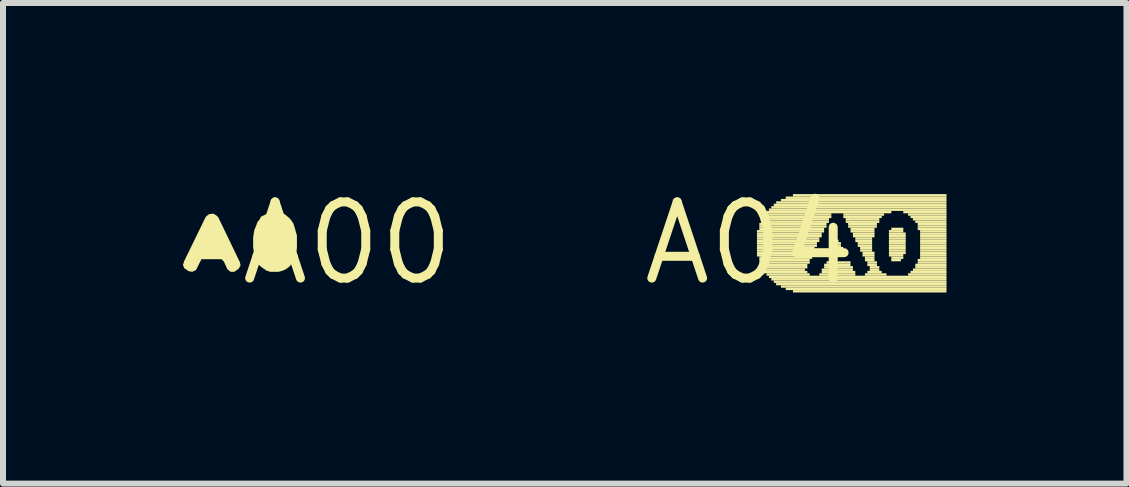
<source format=kicad_pcb>
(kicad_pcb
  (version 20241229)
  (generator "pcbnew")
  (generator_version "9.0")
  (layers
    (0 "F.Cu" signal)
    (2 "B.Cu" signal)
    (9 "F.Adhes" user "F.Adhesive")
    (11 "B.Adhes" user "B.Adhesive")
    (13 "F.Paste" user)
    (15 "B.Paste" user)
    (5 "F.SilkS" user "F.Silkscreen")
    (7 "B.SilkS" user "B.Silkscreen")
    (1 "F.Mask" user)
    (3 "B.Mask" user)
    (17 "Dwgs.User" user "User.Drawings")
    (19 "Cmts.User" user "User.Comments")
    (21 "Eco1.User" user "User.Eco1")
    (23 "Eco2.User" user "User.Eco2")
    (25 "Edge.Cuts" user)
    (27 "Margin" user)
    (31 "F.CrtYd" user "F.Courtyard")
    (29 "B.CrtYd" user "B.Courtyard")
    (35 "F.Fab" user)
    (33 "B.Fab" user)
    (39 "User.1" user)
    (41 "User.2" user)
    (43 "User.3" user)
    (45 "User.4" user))
  (footprint "A04"
    (layer "F.Cu")
    (at 9.449 1.006)
    (property "Reference" "A04" (at 0 0 0) (layer "F.SilkS") (effects (font (size 1.27 1.27) (thickness 0.15))))
    (fp_poly (pts (xy 0.12 -0.18) (xy 1.24 -0.18) (xy 1.24 -0.22) (xy 0.12 -0.22)) (stroke (width 0) (type default)) (fill yes) (layer "F.SilkS"))
    (fp_poly (pts (xy 0.12 -0.14) (xy 1.2 -0.14) (xy 1.2 -0.18) (xy 0.12 -0.18)) (stroke (width 0) (type default)) (fill yes) (layer "F.SilkS"))
    (fp_poly (pts (xy 0.12 -0.1) (xy 1.2 -0.1) (xy 1.2 -0.14) (xy 0.12 -0.14)) (stroke (width 0) (type default)) (fill yes) (layer "F.SilkS"))
    (fp_poly (pts (xy 0.12 -0.06) (xy 1.16 -0.06) (xy 1.16 -0.1) (xy 0.12 -0.1)) (stroke (width 0) (type default)) (fill yes) (layer "F.SilkS"))
    (fp_poly (pts (xy 0.12 -0.02) (xy 1.16 -0.02) (xy 1.16 -0.06) (xy 0.12 -0.06)) (stroke (width 0) (type default)) (fill yes) (layer "F.SilkS"))
    (fp_poly (pts (xy 0.12 0.02) (xy 1.12 0.02) (xy 1.12 -0.02) (xy 0.12 -0.02)) (stroke (width 0) (type default)) (fill yes) (layer "F.SilkS"))
    (fp_poly (pts (xy 0.12 0.06) (xy 1.12 0.06) (xy 1.12 0.02) (xy 0.12 0.02)) (stroke (width 0) (type default)) (fill yes) (layer "F.SilkS"))
    (fp_poly (pts (xy 0.12 0.1) (xy 1.08 0.1) (xy 1.08 0.06) (xy 0.12 0.06)) (stroke (width 0) (type default)) (fill yes) (layer "F.SilkS"))
    (fp_poly (pts (xy 0.12 0.14) (xy 1.08 0.14) (xy 1.08 0.1) (xy 0.12 0.1)) (stroke (width 0) (type default)) (fill yes) (layer "F.SilkS"))
    (fp_poly (pts (xy 0.12 0.18) (xy 1.08 0.18) (xy 1.08 0.14) (xy 0.12 0.14)) (stroke (width 0) (type default)) (fill yes) (layer "F.SilkS"))
    (fp_poly (pts (xy 0.12 0.22) (xy 1.04 0.22) (xy 1.04 0.18) (xy 0.12 0.18)) (stroke (width 0) (type default)) (fill yes) (layer "F.SilkS"))
    (fp_poly (pts (xy 0.16 -0.3) (xy 1.28 -0.3) (xy 1.28 -0.34) (xy 0.16 -0.34)) (stroke (width 0) (type default)) (fill yes) (layer "F.SilkS"))
    (fp_poly (pts (xy 0.16 -0.26) (xy 1.28 -0.26) (xy 1.28 -0.3) (xy 0.16 -0.3)) (stroke (width 0) (type default)) (fill yes) (layer "F.SilkS"))
    (fp_poly (pts (xy 0.16 -0.22) (xy 1.24 -0.22) (xy 1.24 -0.26) (xy 0.16 -0.26)) (stroke (width 0) (type default)) (fill yes) (layer "F.SilkS"))
    (fp_poly (pts (xy 0.16 0.26) (xy 1.04 0.26) (xy 1.04 0.22) (xy 0.16 0.22)) (stroke (width 0) (type default)) (fill yes) (layer "F.SilkS"))
    (fp_poly (pts (xy 0.16 0.3) (xy 1 0.3) (xy 1 0.26) (xy 0.16 0.26)) (stroke (width 0) (type default)) (fill yes) (layer "F.SilkS"))
    (fp_poly (pts (xy 0.16 0.34) (xy 1 0.34) (xy 1 0.3) (xy 0.16 0.3)) (stroke (width 0) (type default)) (fill yes) (layer "F.SilkS"))
    (fp_poly (pts (xy 0.2 -0.38) (xy 1.32 -0.38) (xy 1.32 -0.42) (xy 0.2 -0.42)) (stroke (width 0) (type default)) (fill yes) (layer "F.SilkS"))
    (fp_poly (pts (xy 0.2 -0.34) (xy 1.32 -0.34) (xy 1.32 -0.38) (xy 0.2 -0.38)) (stroke (width 0) (type default)) (fill yes) (layer "F.SilkS"))
    (fp_poly (pts (xy 0.2 0.38) (xy 0.96 0.38) (xy 0.96 0.34) (xy 0.2 0.34)) (stroke (width 0) (type default)) (fill yes) (layer "F.SilkS"))
    (fp_poly (pts (xy 0.2 0.42) (xy 0.96 0.42) (xy 0.96 0.38) (xy 0.2 0.38)) (stroke (width 0) (type default)) (fill yes) (layer "F.SilkS"))
    (fp_poly (pts (xy 0.24 -0.46) (xy 1.36 -0.46) (xy 1.36 -0.5) (xy 0.24 -0.5)) (stroke (width 0) (type default)) (fill yes) (layer "F.SilkS"))
    (fp_poly (pts (xy 0.24 -0.42) (xy 1.36 -0.42) (xy 1.36 -0.46) (xy 0.24 -0.46)) (stroke (width 0) (type default)) (fill yes) (layer "F.SilkS"))
    (fp_poly (pts (xy 0.24 0.46) (xy 0.92 0.46) (xy 0.92 0.42) (xy 0.24 0.42)) (stroke (width 0) (type default)) (fill yes) (layer "F.SilkS"))
    (fp_poly (pts (xy 0.24 0.5) (xy 0.96 0.5) (xy 0.96 0.46) (xy 0.24 0.46)) (stroke (width 0) (type default)) (fill yes) (layer "F.SilkS"))
    (fp_poly (pts (xy 0.28 -0.5) (xy 2.36 -0.5) (xy 2.36 -0.54) (xy 0.28 -0.54)) (stroke (width 0) (type default)) (fill yes) (layer "F.SilkS"))
    (fp_poly (pts (xy 0.28 0.54) (xy 1 0.54) (xy 1 0.5) (xy 0.28 0.5)) (stroke (width 0) (type default)) (fill yes) (layer "F.SilkS"))
    (fp_poly (pts (xy 0.32 -0.54) (xy 3.28 -0.54) (xy 3.28 -0.58) (xy 0.32 -0.58)) (stroke (width 0) (type default)) (fill yes) (layer "F.SilkS"))
    (fp_poly (pts (xy 0.32 0.58) (xy 3.28 0.58) (xy 3.28 0.54) (xy 0.32 0.54)) (stroke (width 0) (type default)) (fill yes) (layer "F.SilkS"))
    (fp_poly (pts (xy 0.36 -0.58) (xy 3.28 -0.58) (xy 3.28 -0.62) (xy 0.36 -0.62)) (stroke (width 0) (type default)) (fill yes) (layer "F.SilkS"))
    (fp_poly (pts (xy 0.36 0.62) (xy 3.28 0.62) (xy 3.28 0.58) (xy 0.36 0.58)) (stroke (width 0) (type default)) (fill yes) (layer "F.SilkS"))
    (fp_poly (pts (xy 0.4 -0.62) (xy 3.28 -0.62) (xy 3.28 -0.66) (xy 0.4 -0.66)) (stroke (width 0) (type default)) (fill yes) (layer "F.SilkS"))
    (fp_poly (pts (xy 0.4 0.66) (xy 3.28 0.66) (xy 3.28 0.62) (xy 0.4 0.62)) (stroke (width 0) (type default)) (fill yes) (layer "F.SilkS"))
    (fp_poly (pts (xy 0.44 -0.66) (xy 3.28 -0.66) (xy 3.28 -0.7) (xy 0.44 -0.7)) (stroke (width 0) (type default)) (fill yes) (layer "F.SilkS"))
    (fp_poly (pts (xy 0.44 0.7) (xy 3.28 0.7) (xy 3.28 0.66) (xy 0.44 0.66)) (stroke (width 0) (type default)) (fill yes) (layer "F.SilkS"))
    (fp_poly (pts (xy 0.52 -0.7) (xy 3.28 -0.7) (xy 3.28 -0.74) (xy 0.52 -0.74)) (stroke (width 0) (type default)) (fill yes) (layer "F.SilkS"))
    (fp_poly (pts (xy 0.52 0.74) (xy 3.28 0.74) (xy 3.28 0.7) (xy 0.52 0.7)) (stroke (width 0) (type default)) (fill yes) (layer "F.SilkS"))
    (fp_poly (pts (xy 0.6 -0.74) (xy 3.28 -0.74) (xy 3.28 -0.78) (xy 0.6 -0.78)) (stroke (width 0) (type default)) (fill yes) (layer "F.SilkS"))
    (fp_poly (pts (xy 0.6 0.78) (xy 3.28 0.78) (xy 3.28 0.74) (xy 0.6 0.74)) (stroke (width 0) (type default)) (fill yes) (layer "F.SilkS"))
    (fp_poly (pts (xy 0.72 -0.78) (xy 3.28 -0.78) (xy 3.28 -0.82) (xy 0.72 -0.82)) (stroke (width 0) (type default)) (fill yes) (layer "F.SilkS"))
    (fp_poly (pts (xy 0.72 0.82) (xy 3.28 0.82) (xy 3.28 0.78) (xy 0.72 0.78)) (stroke (width 0) (type default)) (fill yes) (layer "F.SilkS"))
    (fp_poly (pts (xy 1.16 0.54) (xy 1.76 0.54) (xy 1.76 0.5) (xy 1.16 0.5)) (stroke (width 0) (type default)) (fill yes) (layer "F.SilkS"))
    (fp_poly (pts (xy 1.2 0.46) (xy 1.72 0.46) (xy 1.72 0.42) (xy 1.2 0.42)) (stroke (width 0) (type default)) (fill yes) (layer "F.SilkS"))
    (fp_poly (pts (xy 1.2 0.5) (xy 1.76 0.5) (xy 1.76 0.46) (xy 1.2 0.46)) (stroke (width 0) (type default)) (fill yes) (layer "F.SilkS"))
    (fp_poly (pts (xy 1.24 0.38) (xy 1.68 0.38) (xy 1.68 0.34) (xy 1.24 0.34)) (stroke (width 0) (type default)) (fill yes) (layer "F.SilkS"))
    (fp_poly (pts (xy 1.24 0.42) (xy 1.72 0.42) (xy 1.72 0.38) (xy 1.24 0.38)) (stroke (width 0) (type default)) (fill yes) (layer "F.SilkS"))
    (fp_poly (pts (xy 1.28 0.34) (xy 1.68 0.34) (xy 1.68 0.3) (xy 1.28 0.3)) (stroke (width 0) (type default)) (fill yes) (layer "F.SilkS"))
    (fp_poly (pts (xy 1.36 0.1) (xy 1.56 0.1) (xy 1.56 0.06) (xy 1.36 0.06)) (stroke (width 0) (type default)) (fill yes) (layer "F.SilkS"))
    (fp_poly (pts (xy 1.4 0.02) (xy 1.52 0.02) (xy 1.52 -0.02) (xy 1.4 -0.02)) (stroke (width 0) (type default)) (fill yes) (layer "F.SilkS"))
    (fp_poly (pts (xy 1.4 0.06) (xy 1.52 0.06) (xy 1.52 0.02) (xy 1.4 0.02)) (stroke (width 0) (type default)) (fill yes) (layer "F.SilkS"))
    (fp_poly (pts (xy 1.44 -0.02) (xy 1.48 -0.02) (xy 1.48 -0.06) (xy 1.44 -0.06)) (stroke (width 0) (type default)) (fill yes) (layer "F.SilkS"))
    (fp_poly (pts (xy 1.56 -0.46) (xy 2.24 -0.46) (xy 2.24 -0.5) (xy 1.56 -0.5)) (stroke (width 0) (type default)) (fill yes) (layer "F.SilkS"))
    (fp_poly (pts (xy 1.56 -0.42) (xy 2.2 -0.42) (xy 2.2 -0.46) (xy 1.56 -0.46)) (stroke (width 0) (type default)) (fill yes) (layer "F.SilkS"))
    (fp_poly (pts (xy 1.6 -0.38) (xy 2.16 -0.38) (xy 2.16 -0.42) (xy 1.6 -0.42)) (stroke (width 0) (type default)) (fill yes) (layer "F.SilkS"))
    (fp_poly (pts (xy 1.6 -0.34) (xy 2.16 -0.34) (xy 2.16 -0.38) (xy 1.6 -0.38)) (stroke (width 0) (type default)) (fill yes) (layer "F.SilkS"))
    (fp_poly (pts (xy 1.64 -0.3) (xy 2.12 -0.3) (xy 2.12 -0.34) (xy 1.64 -0.34)) (stroke (width 0) (type default)) (fill yes) (layer "F.SilkS"))
    (fp_poly (pts (xy 1.64 -0.26) (xy 2.12 -0.26) (xy 2.12 -0.3) (xy 1.64 -0.3)) (stroke (width 0) (type default)) (fill yes) (layer "F.SilkS"))
    (fp_poly (pts (xy 1.68 -0.22) (xy 2.08 -0.22) (xy 2.08 -0.26) (xy 1.68 -0.26)) (stroke (width 0) (type default)) (fill yes) (layer "F.SilkS"))
    (fp_poly (pts (xy 1.68 -0.18) (xy 2.08 -0.18) (xy 2.08 -0.22) (xy 1.68 -0.22)) (stroke (width 0) (type default)) (fill yes) (layer "F.SilkS"))
    (fp_poly (pts (xy 1.72 -0.14) (xy 2.08 -0.14) (xy 2.08 -0.18) (xy 1.72 -0.18)) (stroke (width 0) (type default)) (fill yes) (layer "F.SilkS"))
    (fp_poly (pts (xy 1.72 -0.1) (xy 2.08 -0.1) (xy 2.08 -0.14) (xy 1.72 -0.14)) (stroke (width 0) (type default)) (fill yes) (layer "F.SilkS"))
    (fp_poly (pts (xy 1.76 -0.06) (xy 2.04 -0.06) (xy 2.04 -0.1) (xy 1.76 -0.1)) (stroke (width 0) (type default)) (fill yes) (layer "F.SilkS"))
    (fp_poly (pts (xy 1.76 -0.02) (xy 2.04 -0.02) (xy 2.04 -0.06) (xy 1.76 -0.06)) (stroke (width 0) (type default)) (fill yes) (layer "F.SilkS"))
    (fp_poly (pts (xy 1.8 0.02) (xy 2.04 0.02) (xy 2.04 -0.02) (xy 1.8 -0.02)) (stroke (width 0) (type default)) (fill yes) (layer "F.SilkS"))
    (fp_poly (pts (xy 1.8 0.06) (xy 2.04 0.06) (xy 2.04 0.02) (xy 1.8 0.02)) (stroke (width 0) (type default)) (fill yes) (layer "F.SilkS"))
    (fp_poly (pts (xy 1.84 0.1) (xy 2.04 0.1) (xy 2.04 0.06) (xy 1.84 0.06)) (stroke (width 0) (type default)) (fill yes) (layer "F.SilkS"))
    (fp_poly (pts (xy 1.84 0.14) (xy 2.04 0.14) (xy 2.04 0.1) (xy 1.84 0.1)) (stroke (width 0) (type default)) (fill yes) (layer "F.SilkS"))
    (fp_poly (pts (xy 1.88 0.18) (xy 2.08 0.18) (xy 2.08 0.14) (xy 1.88 0.14)) (stroke (width 0) (type default)) (fill yes) (layer "F.SilkS"))
    (fp_poly (pts (xy 1.88 0.22) (xy 2.08 0.22) (xy 2.08 0.18) (xy 1.88 0.18)) (stroke (width 0) (type default)) (fill yes) (layer "F.SilkS"))
    (fp_poly (pts (xy 1.92 0.26) (xy 2.08 0.26) (xy 2.08 0.22) (xy 1.92 0.22)) (stroke (width 0) (type default)) (fill yes) (layer "F.SilkS"))
    (fp_poly (pts (xy 1.92 0.3) (xy 2.08 0.3) (xy 2.08 0.26) (xy 1.92 0.26)) (stroke (width 0) (type default)) (fill yes) (layer "F.SilkS"))
    (fp_poly (pts (xy 1.92 0.54) (xy 2.28 0.54) (xy 2.28 0.5) (xy 1.92 0.5)) (stroke (width 0) (type default)) (fill yes) (layer "F.SilkS"))
    (fp_poly (pts (xy 1.96 0.34) (xy 2.12 0.34) (xy 2.12 0.3) (xy 1.96 0.3)) (stroke (width 0) (type default)) (fill yes) (layer "F.SilkS"))
    (fp_poly (pts (xy 1.96 0.38) (xy 2.12 0.38) (xy 2.12 0.34) (xy 1.96 0.34)) (stroke (width 0) (type default)) (fill yes) (layer "F.SilkS"))
    (fp_poly (pts (xy 1.96 0.5) (xy 2.2 0.5) (xy 2.2 0.46) (xy 1.96 0.46)) (stroke (width 0) (type default)) (fill yes) (layer "F.SilkS"))
    (fp_poly (pts (xy 2 0.42) (xy 2.16 0.42) (xy 2.16 0.38) (xy 2 0.38)) (stroke (width 0) (type default)) (fill yes) (layer "F.SilkS"))
    (fp_poly (pts (xy 2 0.46) (xy 2.16 0.46) (xy 2.16 0.42) (xy 2 0.42)) (stroke (width 0) (type default)) (fill yes) (layer "F.SilkS"))
    (fp_poly (pts (xy 2.32 -0.18) (xy 2.56 -0.18) (xy 2.56 -0.22) (xy 2.32 -0.22)) (stroke (width 0) (type default)) (fill yes) (layer "F.SilkS"))
    (fp_poly (pts (xy 2.32 -0.14) (xy 2.6 -0.14) (xy 2.6 -0.18) (xy 2.32 -0.18)) (stroke (width 0) (type default)) (fill yes) (layer "F.SilkS"))
    (fp_poly (pts (xy 2.32 -0.1) (xy 2.6 -0.1) (xy 2.6 -0.14) (xy 2.32 -0.14)) (stroke (width 0) (type default)) (fill yes) (layer "F.SilkS"))
    (fp_poly (pts (xy 2.32 -0.06) (xy 2.6 -0.06) (xy 2.6 -0.1) (xy 2.32 -0.1)) (stroke (width 0) (type default)) (fill yes) (layer "F.SilkS"))
    (fp_poly (pts (xy 2.32 -0.02) (xy 2.6 -0.02) (xy 2.6 -0.06) (xy 2.32 -0.06)) (stroke (width 0) (type default)) (fill yes) (layer "F.SilkS"))
    (fp_poly (pts (xy 2.32 0.02) (xy 2.6 0.02) (xy 2.6 -0.02) (xy 2.32 -0.02)) (stroke (width 0) (type default)) (fill yes) (layer "F.SilkS"))
    (fp_poly (pts (xy 2.32 0.06) (xy 2.6 0.06) (xy 2.6 0.02) (xy 2.32 0.02)) (stroke (width 0) (type default)) (fill yes) (layer "F.SilkS"))
    (fp_poly (pts (xy 2.32 0.1) (xy 2.6 0.1) (xy 2.6 0.06) (xy 2.32 0.06)) (stroke (width 0) (type default)) (fill yes) (layer "F.SilkS"))
    (fp_poly (pts (xy 2.32 0.14) (xy 2.6 0.14) (xy 2.6 0.1) (xy 2.32 0.1)) (stroke (width 0) (type default)) (fill yes) (layer "F.SilkS"))
    (fp_poly (pts (xy 2.32 0.18) (xy 2.6 0.18) (xy 2.6 0.14) (xy 2.32 0.14)) (stroke (width 0) (type default)) (fill yes) (layer "F.SilkS"))
    (fp_poly (pts (xy 2.32 0.22) (xy 2.56 0.22) (xy 2.56 0.18) (xy 2.32 0.18)) (stroke (width 0) (type default)) (fill yes) (layer "F.SilkS"))
    (fp_poly (pts (xy 2.36 -0.22) (xy 2.56 -0.22) (xy 2.56 -0.26) (xy 2.36 -0.26)) (stroke (width 0) (type default)) (fill yes) (layer "F.SilkS"))
    (fp_poly (pts (xy 2.36 0.26) (xy 2.56 0.26) (xy 2.56 0.22) (xy 2.36 0.22)) (stroke (width 0) (type default)) (fill yes) (layer "F.SilkS"))
    (fp_poly (pts (xy 2.36 0.3) (xy 2.52 0.3) (xy 2.52 0.26) (xy 2.36 0.26)) (stroke (width 0) (type default)) (fill yes) (layer "F.SilkS"))
    (fp_poly (pts (xy 2.56 -0.5) (xy 3.28 -0.5) (xy 3.28 -0.54) (xy 2.56 -0.54)) (stroke (width 0) (type default)) (fill yes) (layer "F.SilkS"))
    (fp_poly (pts (xy 2.64 -0.46) (xy 3.28 -0.46) (xy 3.28 -0.5) (xy 2.64 -0.5)) (stroke (width 0) (type default)) (fill yes) (layer "F.SilkS"))
    (fp_poly (pts (xy 2.64 0.54) (xy 3.28 0.54) (xy 3.28 0.5) (xy 2.64 0.5)) (stroke (width 0) (type default)) (fill yes) (layer "F.SilkS"))
    (fp_poly (pts (xy 2.68 -0.42) (xy 3.28 -0.42) (xy 3.28 -0.46) (xy 2.68 -0.46)) (stroke (width 0) (type default)) (fill yes) (layer "F.SilkS"))
    (fp_poly (pts (xy 2.68 0.5) (xy 3.28 0.5) (xy 3.28 0.46) (xy 2.68 0.46)) (stroke (width 0) (type default)) (fill yes) (layer "F.SilkS"))
    (fp_poly (pts (xy 2.72 -0.38) (xy 3.28 -0.38) (xy 3.28 -0.42) (xy 2.72 -0.42)) (stroke (width 0) (type default)) (fill yes) (layer "F.SilkS"))
    (fp_poly (pts (xy 2.72 0.46) (xy 3.28 0.46) (xy 3.28 0.42) (xy 2.72 0.42)) (stroke (width 0) (type default)) (fill yes) (layer "F.SilkS"))
    (fp_poly (pts (xy 2.76 -0.34) (xy 3.28 -0.34) (xy 3.28 -0.38) (xy 2.76 -0.38)) (stroke (width 0) (type default)) (fill yes) (layer "F.SilkS"))
    (fp_poly (pts (xy 2.76 0.38) (xy 3.28 0.38) (xy 3.28 0.34) (xy 2.76 0.34)) (stroke (width 0) (type default)) (fill yes) (layer "F.SilkS"))
    (fp_poly (pts (xy 2.76 0.42) (xy 3.28 0.42) (xy 3.28 0.38) (xy 2.76 0.38)) (stroke (width 0) (type default)) (fill yes) (layer "F.SilkS"))
    (fp_poly (pts (xy 2.8 -0.3) (xy 3.28 -0.3) (xy 3.28 -0.34) (xy 2.8 -0.34)) (stroke (width 0) (type default)) (fill yes) (layer "F.SilkS"))
    (fp_poly (pts (xy 2.8 -0.26) (xy 3.28 -0.26) (xy 3.28 -0.3) (xy 2.8 -0.3)) (stroke (width 0) (type default)) (fill yes) (layer "F.SilkS"))
    (fp_poly (pts (xy 2.8 -0.22) (xy 3.28 -0.22) (xy 3.28 -0.26) (xy 2.8 -0.26)) (stroke (width 0) (type default)) (fill yes) (layer "F.SilkS"))
    (fp_poly (pts (xy 2.8 0.3) (xy 3.28 0.3) (xy 3.28 0.26) (xy 2.8 0.26)) (stroke (width 0) (type default)) (fill yes) (layer "F.SilkS"))
    (fp_poly (pts (xy 2.8 0.34) (xy 3.28 0.34) (xy 3.28 0.3) (xy 2.8 0.3)) (stroke (width 0) (type default)) (fill yes) (layer "F.SilkS"))
    (fp_poly (pts (xy 2.84 -0.18) (xy 3.28 -0.18) (xy 3.28 -0.22) (xy 2.84 -0.22)) (stroke (width 0) (type default)) (fill yes) (layer "F.SilkS"))
    (fp_poly (pts (xy 2.84 -0.14) (xy 3.28 -0.14) (xy 3.28 -0.18) (xy 2.84 -0.18)) (stroke (width 0) (type default)) (fill yes) (layer "F.SilkS"))
    (fp_poly (pts (xy 2.84 -0.1) (xy 3.28 -0.1) (xy 3.28 -0.14) (xy 2.84 -0.14)) (stroke (width 0) (type default)) (fill yes) (layer "F.SilkS"))
    (fp_poly (pts (xy 2.84 -0.06) (xy 3.28 -0.06) (xy 3.28 -0.1) (xy 2.84 -0.1)) (stroke (width 0) (type default)) (fill yes) (layer "F.SilkS"))
    (fp_poly (pts (xy 2.84 -0.02) (xy 3.28 -0.02) (xy 3.28 -0.06) (xy 2.84 -0.06)) (stroke (width 0) (type default)) (fill yes) (layer "F.SilkS"))
    (fp_poly (pts (xy 2.84 0.02) (xy 3.28 0.02) (xy 3.28 -0.02) (xy 2.84 -0.02)) (stroke (width 0) (type default)) (fill yes) (layer "F.SilkS"))
    (fp_poly (pts (xy 2.84 0.06) (xy 3.28 0.06) (xy 3.28 0.02) (xy 2.84 0.02)) (stroke (width 0) (type default)) (fill yes) (layer "F.SilkS"))
    (fp_poly (pts (xy 2.84 0.1) (xy 3.28 0.1) (xy 3.28 0.06) (xy 2.84 0.06)) (stroke (width 0) (type default)) (fill yes) (layer "F.SilkS"))
    (fp_poly (pts (xy 2.84 0.14) (xy 3.28 0.14) (xy 3.28 0.1) (xy 2.84 0.1)) (stroke (width 0) (type default)) (fill yes) (layer "F.SilkS"))
    (fp_poly (pts (xy 2.84 0.18) (xy 3.28 0.18) (xy 3.28 0.14) (xy 2.84 0.14)) (stroke (width 0) (type default)) (fill yes) (layer "F.SilkS"))
    (fp_poly (pts (xy 2.84 0.22) (xy 3.28 0.22) (xy 3.28 0.18) (xy 2.84 0.18)) (stroke (width 0) (type default)) (fill yes) (layer "F.SilkS"))
    (fp_poly (pts (xy 2.84 0.26) (xy 3.28 0.26) (xy 3.28 0.22) (xy 2.84 0.22)) (stroke (width 0) (type default)) (fill yes) (layer "F.SilkS")))
  (footprint "A00"
    (layer "F.Cu")
    (at 2.745 1.006)
    (property "Reference" "A00" (at 0 0 0) (layer "F.SilkS") (effects (font (size 1.27 1.27) (thickness 0.15))))
    (fp_poly (pts (xy -2.187 -0.464) (xy -2.156 -0.433) (xy -1.795 0.318) (xy -1.785 0.371) (xy -1.816 0.423) (xy -1.888 0.475) (xy -1.952 0.475) (xy -2.004 0.433) (xy -2.064 0.303) (xy -2.102 0.265) (xy -2.437 0.265) (xy -2.496 0.382) (xy -2.526 0.444) (xy -2.589 0.475) (xy -2.652 0.465) (xy -2.724 0.413) (xy -2.745 0.36) (xy -2.725 0.298) (xy -2.394 -0.382) (xy -2.364 -0.443) (xy -2.312 -0.485) (xy -2.239 -0.495)) (stroke (width 0) (type default)) (fill yes) (layer "F.SilkS"))
    (fp_poly (pts (xy -1.109 -0.505) (xy -1.048 -0.484) (xy -0.987 -0.434) (xy -0.946 -0.393) (xy -0.905 -0.332) (xy -0.885 -0.271) (xy -0.864 -0.196) (xy -0.864 -0.196) (xy -0.845 -0.131) (xy -0.845 0.08) (xy -0.855 0.151) (xy -0.875 0.221) (xy -0.895 0.282) (xy -0.926 0.333) (xy -0.966 0.384) (xy -1.017 0.424) (xy -1.078 0.455) (xy -1.149 0.475) (xy -1.291 0.475) (xy -1.352 0.455) (xy -1.413 0.414) (xy -1.464 0.374) (xy -1.504 0.323) (xy -1.535 0.252) (xy -1.555 0.191) (xy -1.565 0.131) (xy -1.575 0.06) (xy -1.575 -0.09) (xy -1.565 -0.161) (xy -1.555 -0.221) (xy -1.525 -0.292) (xy -1.504 -0.352) (xy -1.464 -0.403) (xy -1.444 -0.444) (xy -1.382 -0.474) (xy -1.322 -0.505) (xy -1.25 -0.515) (xy -1.18 -0.515)) (stroke (width 0) (type default)) (fill yes) (layer "F.SilkS")))
  (gr_rect
    (start -3 -3)
    (end 15.729 5.012)
    (stroke (width 0.1) (type default))
    (fill no)
    (layer "Edge.Cuts")))
</source>
